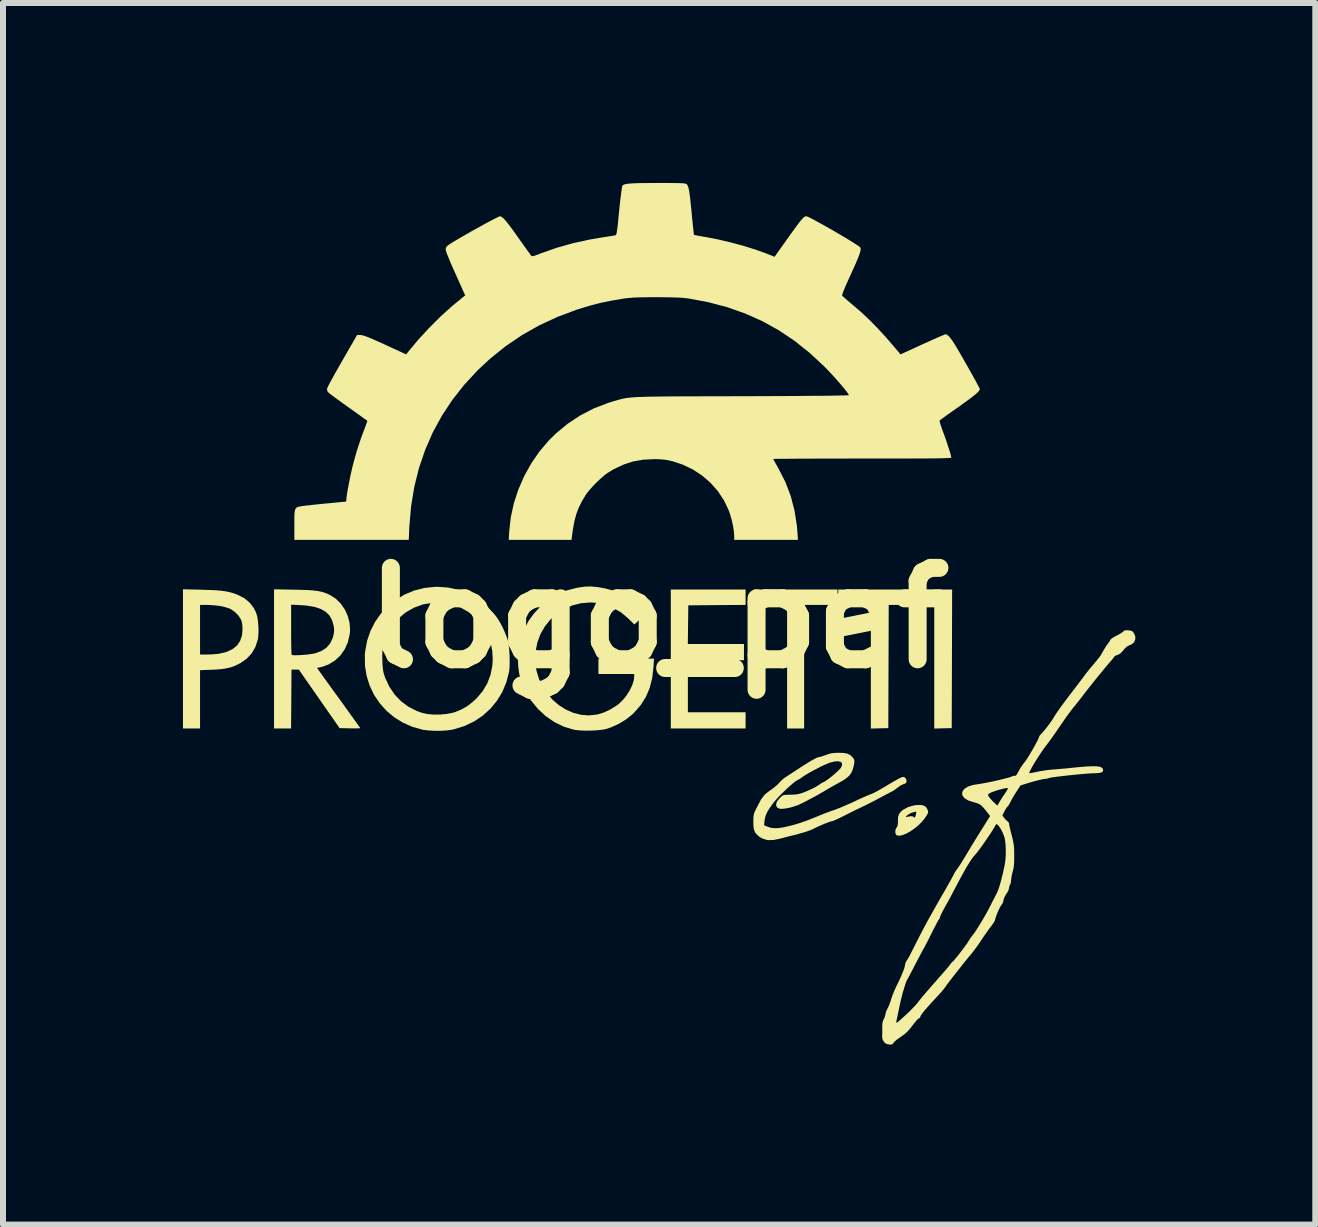
<source format=kicad_pcb>
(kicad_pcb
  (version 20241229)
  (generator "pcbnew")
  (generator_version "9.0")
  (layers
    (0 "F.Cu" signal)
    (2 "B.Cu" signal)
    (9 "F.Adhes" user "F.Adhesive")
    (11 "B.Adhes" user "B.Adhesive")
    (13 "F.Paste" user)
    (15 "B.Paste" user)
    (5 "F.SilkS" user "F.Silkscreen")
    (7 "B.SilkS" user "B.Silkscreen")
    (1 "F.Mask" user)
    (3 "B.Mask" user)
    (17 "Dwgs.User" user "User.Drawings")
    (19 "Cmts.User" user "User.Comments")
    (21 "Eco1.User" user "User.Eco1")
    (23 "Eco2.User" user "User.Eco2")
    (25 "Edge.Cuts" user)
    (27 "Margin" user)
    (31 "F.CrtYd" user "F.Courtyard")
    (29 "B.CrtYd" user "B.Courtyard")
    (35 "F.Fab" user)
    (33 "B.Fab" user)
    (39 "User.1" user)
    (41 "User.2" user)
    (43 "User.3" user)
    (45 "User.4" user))
  (footprint "logo_pef"
    (layer "F.Cu")
    (at 7.929 7.251)
    (property "Reference" "logo_pef" (at 0 0 0) (layer "F.SilkS") (effects (font (size 1.524 1.524) (thickness 0.3))))
    (attr board_only exclude_from_pos_files exclude_from_bom)
    (fp_poly (pts (xy 4.89 0.681) (xy 4.886 1.837) (xy 4.74 1.84) (xy 4.595 1.844) (xy 4.595 -0.474) (xy 4.893 -0.474)) (stroke (width 0) (type solid)) (fill yes) (layer "F.SilkS"))
    (fp_poly (pts (xy 2.982 -0.217) (xy 2.426 -0.217) (xy 2.426 1.843) (xy 2.142 1.843) (xy 2.142 -0.217) (xy 1.586 -0.217) (xy 1.586 -0.474) (xy 2.982 -0.474)) (stroke (width 0) (type solid)) (fill yes) (layer "F.SilkS"))
    (fp_poly (pts (xy 4.378 -0.217) (xy 3.836 -0.217) (xy 3.829 1.837) (xy 3.683 1.84) (xy 3.538 1.844) (xy 3.538 -0.217) (xy 2.995 -0.217) (xy 2.995 -0.474) (xy 4.378 -0.474)) (stroke (width 0) (type solid)) (fill yes) (layer "F.SilkS"))
    (fp_poly (pts (xy 1.45 -0.217) (xy 0.972 -0.214) (xy 0.495 -0.21) (xy 0.487 0.434) (xy 1.423 0.434) (xy 1.423 0.705) (xy 0.488 0.705) (xy 0.488 1.572) (xy 1.45 1.572) (xy 1.45 1.843) (xy 0.203 1.843) (xy 0.203 -0.474) (xy 1.45 -0.474)) (stroke (width 0) (type solid)) (fill yes) (layer "F.SilkS"))
    (fp_poly (pts (xy 4.394 3.121) (xy 4.436 3.135) (xy 4.465 3.163) (xy 4.482 3.195) (xy 4.491 3.219) (xy 4.493 3.239) (xy 4.487 3.261) (xy 4.469 3.292) (xy 4.439 3.336) (xy 4.389 3.398) (xy 4.33 3.457) (xy 4.264 3.511) (xy 4.196 3.558) (xy 4.129 3.595) (xy 4.067 3.62) (xy 4.014 3.631) (xy 3.974 3.625) (xy 3.96 3.616) (xy 3.947 3.586) (xy 3.946 3.545) (xy 3.959 3.506) (xy 3.968 3.493) (xy 3.982 3.468) (xy 3.989 3.429) (xy 3.989 3.384) (xy 3.992 3.317) (xy 4.122 3.317) (xy 4.129 3.32) (xy 4.154 3.314) (xy 4.205 3.305) (xy 4.24 3.309) (xy 4.254 3.321) (xy 4.263 3.33) (xy 4.276 3.317) (xy 4.287 3.286) (xy 4.291 3.269) (xy 4.296 3.239) (xy 4.289 3.229) (xy 4.265 3.233) (xy 4.261 3.234) (xy 4.199 3.255) (xy 4.15 3.285) (xy 4.133 3.302) (xy 4.122 3.317) (xy 3.992 3.317) (xy 3.993 3.317) (xy 4.009 3.267) (xy 4.042 3.226) (xy 4.077 3.197) (xy 4.163 3.151) (xy 4.26 3.124) (xy 4.332 3.117)) (stroke (width 0) (type solid)) (fill yes) (layer "F.SilkS"))
    (fp_poly (pts (xy -7.614 -0.47) (xy -7.484 -0.466) (xy -7.376 -0.461) (xy -7.286 -0.453) (xy -7.21 -0.442) (xy -7.143 -0.428) (xy -7.08 -0.409) (xy -7.018 -0.386) (xy -7.017 -0.386) (xy -6.905 -0.328) (xy -6.814 -0.252) (xy -6.745 -0.161) (xy -6.708 -0.083) (xy -6.69 -0.02) (xy -6.678 0.062) (xy -6.671 0.152) (xy -6.67 0.242) (xy -6.675 0.323) (xy -6.682 0.364) (xy -6.722 0.485) (xy -6.784 0.591) (xy -6.868 0.681) (xy -6.973 0.754) (xy -6.989 0.762) (xy -7.061 0.797) (xy -7.13 0.822) (xy -7.204 0.84) (xy -7.289 0.853) (xy -7.391 0.861) (xy -7.444 0.863) (xy -7.644 0.871) (xy -7.644 1.843) (xy -7.929 1.843) (xy -7.929 0.61) (xy -7.644 0.61) (xy -7.526 0.61) (xy -7.457 0.608) (xy -7.386 0.603) (xy -7.326 0.597) (xy -7.319 0.595) (xy -7.201 0.566) (xy -7.104 0.521) (xy -7.029 0.46) (xy -6.976 0.383) (xy -6.945 0.289) (xy -6.936 0.19) (xy -6.94 0.112) (xy -6.953 0.051) (xy -6.963 0.026) (xy -7.001 -0.035) (xy -7.056 -0.093) (xy -7.12 -0.14) (xy -7.153 -0.157) (xy -7.224 -0.18) (xy -7.313 -0.199) (xy -7.411 -0.211) (xy -7.51 -0.217) (xy -7.524 -0.217) (xy -7.644 -0.217) (xy -7.644 0.61) (xy -7.929 0.61) (xy -7.929 -0.478)) (stroke (width 0) (type solid)) (fill yes) (layer "F.SilkS"))
    (fp_poly (pts (xy -6.069 -0.471) (xy -5.943 -0.468) (xy -5.841 -0.464) (xy -5.758 -0.458) (xy -5.689 -0.45) (xy -5.631 -0.439) (xy -5.58 -0.425) (xy -5.531 -0.407) (xy -5.481 -0.384) (xy -5.479 -0.383) (xy -5.382 -0.321) (xy -5.299 -0.239) (xy -5.231 -0.141) (xy -5.181 -0.031) (xy -5.151 0.086) (xy -5.143 0.206) (xy -5.149 0.271) (xy -5.18 0.404) (xy -5.232 0.522) (xy -5.304 0.625) (xy -5.394 0.709) (xy -5.5 0.774) (xy -5.563 0.799) (xy -5.609 0.814) (xy -5.648 0.824) (xy -5.668 0.827) (xy -5.689 0.83) (xy -5.693 0.833) (xy -5.685 0.845) (xy -5.663 0.877) (xy -5.628 0.926) (xy -5.582 0.991) (xy -5.526 1.068) (xy -5.463 1.156) (xy -5.393 1.253) (xy -5.333 1.335) (xy -5.259 1.437) (xy -5.191 1.532) (xy -5.129 1.619) (xy -5.075 1.694) (xy -5.031 1.755) (xy -4.998 1.801) (xy -4.979 1.829) (xy -4.974 1.837) (xy -4.987 1.839) (xy -5.022 1.841) (xy -5.073 1.841) (xy -5.137 1.841) (xy -5.146 1.84) (xy -5.318 1.837) (xy -5.658 1.349) (xy -5.998 0.861) (xy -6.12 0.861) (xy -6.123 1.352) (xy -6.127 1.843) (xy -6.411 1.843) (xy -6.411 -0.221) (xy -6.126 -0.221) (xy -6.126 0.192) (xy -6.126 0.296) (xy -6.125 0.39) (xy -6.124 0.473) (xy -6.122 0.539) (xy -6.12 0.587) (xy -6.117 0.613) (xy -6.116 0.616) (xy -6.098 0.621) (xy -6.058 0.622) (xy -6.004 0.621) (xy -5.941 0.617) (xy -5.874 0.612) (xy -5.811 0.604) (xy -5.757 0.596) (xy -5.727 0.59) (xy -5.622 0.552) (xy -5.54 0.499) (xy -5.478 0.429) (xy -5.436 0.342) (xy -5.426 0.309) (xy -5.413 0.252) (xy -5.409 0.206) (xy -5.413 0.156) (xy -5.418 0.128) (xy -5.444 0.036) (xy -5.488 -0.042) (xy -5.551 -0.104) (xy -5.635 -0.151) (xy -5.74 -0.185) (xy -5.868 -0.206) (xy -5.96 -0.213) (xy -6.126 -0.221) (xy -6.411 -0.221) (xy -6.411 -0.477)) (stroke (width 0) (type solid)) (fill yes) (layer "F.SilkS"))
    (fp_poly (pts (xy -1.008 -0.513) (xy -0.883 -0.49) (xy -0.758 -0.455) (xy -0.642 -0.412) (xy -0.559 -0.371) (xy -0.496 -0.333) (xy -0.428 -0.285) (xy -0.361 -0.233) (xy -0.302 -0.182) (xy -0.257 -0.138) (xy -0.242 -0.12) (xy -0.206 -0.073) (xy -0.305 0.018) (xy -0.405 0.109) (xy -0.507 0.008) (xy -0.626 -0.092) (xy -0.758 -0.169) (xy -0.899 -0.223) (xy -1.047 -0.252) (xy -1.139 -0.258) (xy -1.294 -0.245) (xy -1.44 -0.208) (xy -1.575 -0.149) (xy -1.697 -0.07) (xy -1.805 0.028) (xy -1.896 0.141) (xy -1.969 0.268) (xy -2.021 0.408) (xy -2.051 0.558) (xy -2.057 0.715) (xy -2.057 0.723) (xy -2.038 0.871) (xy -1.997 1.01) (xy -1.937 1.14) (xy -1.859 1.259) (xy -1.766 1.365) (xy -1.661 1.455) (xy -1.545 1.528) (xy -1.422 1.582) (xy -1.292 1.615) (xy -1.159 1.625) (xy -1.024 1.61) (xy -1.006 1.606) (xy -0.906 1.574) (xy -0.802 1.524) (xy -0.704 1.463) (xy -0.662 1.432) (xy -0.596 1.368) (xy -0.534 1.291) (xy -0.481 1.207) (xy -0.44 1.121) (xy -0.414 1.041) (xy -0.407 0.981) (xy -0.407 0.935) (xy -1.003 0.935) (xy -1.003 0.678) (xy -0.077 0.678) (xy -0.086 0.823) (xy -0.107 1.004) (xy -0.149 1.168) (xy -0.213 1.318) (xy -0.3 1.455) (xy -0.41 1.581) (xy -0.439 1.609) (xy -0.542 1.691) (xy -0.661 1.764) (xy -0.788 1.822) (xy -0.874 1.851) (xy -0.942 1.864) (xy -1.027 1.873) (xy -1.124 1.878) (xy -1.222 1.879) (xy -1.313 1.875) (xy -1.39 1.867) (xy -1.416 1.862) (xy -1.582 1.812) (xy -1.738 1.736) (xy -1.883 1.636) (xy -2.015 1.513) (xy -2.132 1.37) (xy -2.224 1.217) (xy -2.291 1.054) (xy -2.325 0.923) (xy -2.34 0.81) (xy -2.345 0.686) (xy -2.338 0.559) (xy -2.322 0.439) (xy -2.297 0.339) (xy -2.238 0.183) (xy -2.165 0.046) (xy -2.075 -0.078) (xy -1.963 -0.197) (xy -1.962 -0.198) (xy -1.831 -0.307) (xy -1.689 -0.393) (xy -1.534 -0.458) (xy -1.364 -0.502) (xy -1.23 -0.522) (xy -1.126 -0.525)) (stroke (width 0) (type solid)) (fill yes) (layer "F.SilkS"))
    (fp_poly (pts (xy -3.505 -0.506) (xy -3.332 -0.467) (xy -3.168 -0.404) (xy -3.014 -0.317) (xy -2.874 -0.206) (xy -2.747 -0.074) (xy -2.693 -0.004) (xy -2.651 0.062) (xy -2.606 0.145) (xy -2.565 0.235) (xy -2.531 0.321) (xy -2.514 0.373) (xy -2.501 0.438) (xy -2.491 0.521) (xy -2.485 0.616) (xy -2.483 0.712) (xy -2.484 0.802) (xy -2.49 0.878) (xy -2.494 0.9) (xy -2.538 1.072) (xy -2.605 1.233) (xy -2.694 1.38) (xy -2.803 1.512) (xy -2.93 1.627) (xy -3.074 1.724) (xy -3.232 1.8) (xy -3.404 1.854) (xy -3.454 1.865) (xy -3.536 1.876) (xy -3.634 1.881) (xy -3.738 1.881) (xy -3.837 1.876) (xy -3.921 1.865) (xy -3.931 1.864) (xy -4.103 1.816) (xy -4.263 1.745) (xy -4.409 1.655) (xy -4.538 1.546) (xy -4.65 1.421) (xy -4.744 1.281) (xy -4.816 1.13) (xy -4.867 0.968) (xy -4.895 0.798) (xy -4.897 0.622) (xy -4.897 0.616) (xy -4.607 0.616) (xy -4.606 0.687) (xy -4.605 0.724) (xy -4.601 0.801) (xy -4.595 0.86) (xy -4.586 0.91) (xy -4.571 0.96) (xy -4.558 0.998) (xy -4.489 1.146) (xy -4.4 1.278) (xy -4.292 1.39) (xy -4.168 1.482) (xy -4.027 1.553) (xy -3.935 1.585) (xy -3.848 1.603) (xy -3.745 1.611) (xy -3.635 1.61) (xy -3.528 1.6) (xy -3.432 1.581) (xy -3.391 1.569) (xy -3.281 1.523) (xy -3.184 1.467) (xy -3.093 1.395) (xy -3.036 1.342) (xy -2.934 1.222) (xy -2.855 1.089) (xy -2.801 0.945) (xy -2.771 0.791) (xy -2.765 0.686) (xy -2.773 0.551) (xy -2.796 0.429) (xy -2.839 0.309) (xy -2.868 0.245) (xy -2.947 0.115) (xy -3.047 0.001) (xy -3.164 -0.095) (xy -3.296 -0.171) (xy -3.441 -0.224) (xy -3.443 -0.225) (xy -3.52 -0.24) (xy -3.615 -0.248) (xy -3.716 -0.249) (xy -3.814 -0.244) (xy -3.899 -0.232) (xy -3.929 -0.225) (xy -4.078 -0.171) (xy -4.212 -0.095) (xy -4.33 0.002) (xy -4.43 0.117) (xy -4.51 0.25) (xy -4.569 0.398) (xy -4.583 0.449) (xy -4.596 0.506) (xy -4.604 0.559) (xy -4.607 0.616) (xy -4.897 0.616) (xy -4.892 0.558) (xy -4.86 0.383) (xy -4.804 0.218) (xy -4.726 0.065) (xy -4.628 -0.074) (xy -4.512 -0.197) (xy -4.38 -0.303) (xy -4.235 -0.39) (xy -4.076 -0.456) (xy -3.908 -0.499) (xy -3.731 -0.518) (xy -3.687 -0.519)) (stroke (width 0) (type solid)) (fill yes) (layer "F.SilkS"))
    (fp_poly (pts (xy 3.089 2.251) (xy 3.152 2.264) (xy 3.199 2.289) (xy 3.237 2.327) (xy 3.247 2.341) (xy 3.26 2.365) (xy 3.264 2.389) (xy 3.261 2.424) (xy 3.254 2.459) (xy 3.237 2.525) (xy 3.214 2.579) (xy 3.182 2.625) (xy 3.135 2.668) (xy 3.071 2.711) (xy 2.986 2.759) (xy 2.927 2.791) (xy 2.869 2.824) (xy 2.821 2.851) (xy 2.806 2.861) (xy 2.74 2.9) (xy 2.663 2.944) (xy 2.58 2.99) (xy 2.498 3.033) (xy 2.424 3.072) (xy 2.362 3.102) (xy 2.332 3.116) (xy 2.266 3.14) (xy 2.194 3.161) (xy 2.124 3.175) (xy 2.063 3.182) (xy 2.019 3.181) (xy 2.015 3.18) (xy 1.976 3.16) (xy 1.959 3.128) (xy 1.963 3.086) (xy 1.99 3.037) (xy 2.028 2.994) (xy 2.051 2.972) (xy 2.072 2.959) (xy 2.097 2.951) (xy 2.134 2.948) (xy 2.19 2.947) (xy 2.2 2.947) (xy 2.271 2.944) (xy 2.327 2.937) (xy 2.379 2.923) (xy 2.416 2.91) (xy 2.502 2.874) (xy 2.58 2.837) (xy 2.644 2.802) (xy 2.684 2.775) (xy 2.722 2.75) (xy 2.759 2.732) (xy 2.791 2.713) (xy 2.836 2.681) (xy 2.888 2.64) (xy 2.941 2.595) (xy 2.988 2.552) (xy 3.024 2.516) (xy 3.039 2.497) (xy 3.059 2.452) (xy 3.056 2.419) (xy 3.033 2.398) (xy 2.991 2.389) (xy 2.933 2.393) (xy 2.861 2.411) (xy 2.82 2.426) (xy 2.771 2.447) (xy 2.709 2.476) (xy 2.641 2.511) (xy 2.572 2.547) (xy 2.507 2.583) (xy 2.452 2.615) (xy 2.413 2.64) (xy 2.399 2.65) (xy 2.364 2.676) (xy 2.321 2.701) (xy 2.312 2.705) (xy 2.279 2.726) (xy 2.234 2.762) (xy 2.178 2.81) (xy 2.118 2.866) (xy 2.057 2.925) (xy 2 2.983) (xy 1.951 3.037) (xy 1.919 3.075) (xy 1.859 3.157) (xy 1.816 3.225) (xy 1.788 3.285) (xy 1.772 3.341) (xy 1.767 3.374) (xy 1.758 3.456) (xy 1.809 3.477) (xy 1.867 3.497) (xy 1.927 3.505) (xy 1.996 3.503) (xy 2.079 3.491) (xy 2.138 3.478) (xy 2.245 3.452) (xy 2.35 3.42) (xy 2.461 3.382) (xy 2.583 3.334) (xy 2.657 3.304) (xy 2.729 3.274) (xy 2.808 3.244) (xy 2.88 3.217) (xy 2.914 3.206) (xy 2.969 3.186) (xy 3.04 3.158) (xy 3.119 3.124) (xy 3.199 3.089) (xy 3.226 3.077) (xy 3.315 3.035) (xy 3.385 3.003) (xy 3.44 2.979) (xy 3.485 2.959) (xy 3.525 2.943) (xy 3.565 2.927) (xy 3.565 2.927) (xy 3.594 2.913) (xy 3.641 2.889) (xy 3.698 2.857) (xy 3.76 2.82) (xy 3.768 2.816) (xy 3.858 2.762) (xy 3.928 2.721) (xy 3.981 2.691) (xy 4.019 2.671) (xy 4.047 2.658) (xy 4.067 2.652) (xy 4.081 2.651) (xy 4.094 2.653) (xy 4.118 2.671) (xy 4.132 2.704) (xy 4.131 2.739) (xy 4.13 2.743) (xy 4.112 2.76) (xy 4.082 2.771) (xy 4.048 2.785) (xy 4.007 2.811) (xy 3.99 2.824) (xy 3.95 2.855) (xy 3.91 2.882) (xy 3.897 2.889) (xy 3.871 2.902) (xy 3.827 2.926) (xy 3.768 2.956) (xy 3.701 2.992) (xy 3.653 3.018) (xy 3.58 3.056) (xy 3.511 3.091) (xy 3.452 3.121) (xy 3.407 3.143) (xy 3.388 3.152) (xy 3.356 3.167) (xy 3.304 3.192) (xy 3.24 3.223) (xy 3.169 3.259) (xy 3.121 3.283) (xy 3.052 3.318) (xy 2.989 3.348) (xy 2.938 3.371) (xy 2.903 3.385) (xy 2.89 3.388) (xy 2.865 3.394) (xy 2.822 3.409) (xy 2.766 3.431) (xy 2.702 3.458) (xy 2.637 3.487) (xy 2.577 3.517) (xy 2.574 3.518) (xy 2.536 3.535) (xy 2.489 3.553) (xy 2.429 3.573) (xy 2.353 3.594) (xy 2.257 3.62) (xy 2.175 3.64) (xy 2.117 3.655) (xy 2.057 3.671) (xy 2.026 3.679) (xy 1.919 3.701) (xy 1.828 3.704) (xy 1.802 3.7) (xy 1.732 3.678) (xy 1.669 3.64) (xy 1.621 3.593) (xy 1.607 3.571) (xy 1.592 3.537) (xy 1.584 3.497) (xy 1.58 3.444) (xy 1.579 3.395) (xy 1.58 3.34) (xy 1.583 3.299) (xy 1.59 3.263) (xy 1.605 3.225) (xy 1.629 3.175) (xy 1.645 3.145) (xy 1.673 3.091) (xy 1.696 3.047) (xy 1.713 3.018) (xy 1.72 3.009) (xy 1.733 2.994) (xy 1.751 2.967) (xy 1.772 2.944) (xy 1.809 2.912) (xy 1.856 2.877) (xy 1.871 2.867) (xy 1.922 2.829) (xy 1.969 2.79) (xy 2.004 2.756) (xy 2.009 2.749) (xy 2.046 2.71) (xy 2.088 2.674) (xy 2.099 2.666) (xy 2.229 2.581) (xy 2.339 2.509) (xy 2.429 2.451) (xy 2.503 2.405) (xy 2.562 2.37) (xy 2.608 2.345) (xy 2.643 2.329) (xy 2.668 2.32) (xy 2.684 2.318) (xy 2.707 2.313) (xy 2.746 2.3) (xy 2.793 2.283) (xy 2.846 2.264) (xy 2.896 2.254) (xy 2.956 2.249) (xy 3.005 2.248)) (stroke (width 0) (type solid)) (fill yes) (layer "F.SilkS"))
    (fp_poly (pts (xy 0.119 -7.251) (xy 0.226 -7.25) (xy 0.311 -7.249) (xy 0.374 -7.247) (xy 0.419 -7.244) (xy 0.448 -7.24) (xy 0.462 -7.235) (xy 0.463 -7.234) (xy 0.476 -7.221) (xy 0.487 -7.202) (xy 0.497 -7.173) (xy 0.506 -7.132) (xy 0.515 -7.076) (xy 0.525 -7.002) (xy 0.535 -6.907) (xy 0.547 -6.789) (xy 0.55 -6.759) (xy 0.559 -6.662) (xy 0.568 -6.575) (xy 0.576 -6.5) (xy 0.582 -6.441) (xy 0.587 -6.402) (xy 0.59 -6.386) (xy 0.59 -6.386) (xy 0.604 -6.382) (xy 0.64 -6.375) (xy 0.693 -6.365) (xy 0.759 -6.354) (xy 0.788 -6.349) (xy 0.989 -6.31) (xy 1.198 -6.261) (xy 1.407 -6.205) (xy 1.609 -6.142) (xy 1.795 -6.076) (xy 1.864 -6.048) (xy 1.933 -6.02) (xy 2.142 -6.314) (xy 2.215 -6.416) (xy 2.275 -6.498) (xy 2.322 -6.563) (xy 2.36 -6.612) (xy 2.389 -6.647) (xy 2.411 -6.671) (xy 2.429 -6.685) (xy 2.444 -6.693) (xy 2.457 -6.695) (xy 2.463 -6.696) (xy 2.484 -6.689) (xy 2.524 -6.67) (xy 2.581 -6.641) (xy 2.651 -6.603) (xy 2.731 -6.559) (xy 2.818 -6.51) (xy 2.908 -6.459) (xy 2.998 -6.406) (xy 3.085 -6.355) (xy 3.166 -6.306) (xy 3.237 -6.262) (xy 3.295 -6.225) (xy 3.338 -6.196) (xy 3.361 -6.178) (xy 3.364 -6.174) (xy 3.368 -6.156) (xy 3.367 -6.131) (xy 3.359 -6.096) (xy 3.343 -6.049) (xy 3.319 -5.987) (xy 3.286 -5.909) (xy 3.242 -5.811) (xy 3.188 -5.692) (xy 3.185 -5.686) (xy 3.142 -5.59) (xy 3.106 -5.508) (xy 3.08 -5.444) (xy 3.064 -5.399) (xy 3.058 -5.375) (xy 3.059 -5.372) (xy 3.073 -5.359) (xy 3.104 -5.331) (xy 3.148 -5.293) (xy 3.201 -5.248) (xy 3.233 -5.221) (xy 3.371 -5.103) (xy 3.504 -4.978) (xy 3.637 -4.844) (xy 3.774 -4.696) (xy 3.918 -4.53) (xy 3.992 -4.442) (xy 4.032 -4.393) (xy 4.398 -4.561) (xy 4.492 -4.603) (xy 4.577 -4.642) (xy 4.653 -4.675) (xy 4.714 -4.702) (xy 4.759 -4.72) (xy 4.783 -4.729) (xy 4.785 -4.73) (xy 4.813 -4.718) (xy 4.849 -4.684) (xy 4.891 -4.63) (xy 4.923 -4.581) (xy 4.952 -4.535) (xy 4.988 -4.474) (xy 5.03 -4.402) (xy 5.076 -4.322) (xy 5.124 -4.238) (xy 5.172 -4.153) (xy 5.218 -4.071) (xy 5.261 -3.995) (xy 5.297 -3.928) (xy 5.326 -3.874) (xy 5.346 -3.836) (xy 5.354 -3.818) (xy 5.354 -3.818) (xy 5.35 -3.801) (xy 5.339 -3.782) (xy 5.316 -3.758) (xy 5.282 -3.727) (xy 5.233 -3.688) (xy 5.167 -3.638) (xy 5.083 -3.577) (xy 4.999 -3.517) (xy 4.919 -3.461) (xy 4.846 -3.409) (xy 4.783 -3.364) (xy 4.733 -3.328) (xy 4.7 -3.304) (xy 4.685 -3.293) (xy 4.685 -3.293) (xy 4.685 -3.277) (xy 4.694 -3.241) (xy 4.71 -3.191) (xy 4.732 -3.13) (xy 4.734 -3.122) (xy 4.762 -3.048) (xy 4.79 -2.969) (xy 4.816 -2.89) (xy 4.84 -2.817) (xy 4.86 -2.754) (xy 4.873 -2.705) (xy 4.879 -2.677) (xy 4.879 -2.674) (xy 4.875 -2.671) (xy 4.861 -2.669) (xy 4.836 -2.666) (xy 4.799 -2.665) (xy 4.748 -2.663) (xy 4.683 -2.661) (xy 4.601 -2.66) (xy 4.502 -2.659) (xy 4.384 -2.658) (xy 4.246 -2.658) (xy 4.086 -2.657) (xy 3.903 -2.657) (xy 3.697 -2.657) (xy 3.465 -2.657) (xy 3.395 -2.657) (xy 3.197 -2.657) (xy 3.007 -2.656) (xy 2.826 -2.656) (xy 2.656 -2.656) (xy 2.5 -2.655) (xy 2.358 -2.655) (xy 2.232 -2.654) (xy 2.125 -2.653) (xy 2.037 -2.653) (xy 1.971 -2.652) (xy 1.929 -2.651) (xy 1.911 -2.65) (xy 1.911 -2.65) (xy 1.917 -2.637) (xy 1.935 -2.604) (xy 1.961 -2.557) (xy 1.993 -2.501) (xy 1.998 -2.491) (xy 2.114 -2.264) (xy 2.203 -2.03) (xy 2.266 -1.788) (xy 2.305 -1.537) (xy 2.313 -1.44) (xy 2.322 -1.301) (xy 1.261 -1.301) (xy 1.26 -1.372) (xy 1.255 -1.445) (xy 1.241 -1.533) (xy 1.22 -1.629) (xy 1.193 -1.722) (xy 1.169 -1.793) (xy 1.089 -1.961) (xy 0.987 -2.115) (xy 0.865 -2.253) (xy 0.725 -2.374) (xy 0.569 -2.476) (xy 0.399 -2.557) (xy 0.234 -2.611) (xy 0.166 -2.627) (xy 0.103 -2.638) (xy 0.036 -2.644) (xy -0.046 -2.647) (xy -0.075 -2.647) (xy -0.258 -2.638) (xy -0.429 -2.608) (xy -0.592 -2.554) (xy -0.752 -2.477) (xy -0.853 -2.416) (xy -0.908 -2.375) (xy -0.973 -2.318) (xy -1.041 -2.253) (xy -1.107 -2.184) (xy -1.164 -2.119) (xy -1.207 -2.063) (xy -1.209 -2.06) (xy -1.276 -1.949) (xy -1.33 -1.842) (xy -1.372 -1.731) (xy -1.404 -1.612) (xy -1.429 -1.476) (xy -1.444 -1.366) (xy -1.452 -1.301) (xy -2.498 -1.301) (xy -2.49 -1.447) (xy -2.464 -1.679) (xy -2.413 -1.912) (xy -2.338 -2.141) (xy -2.241 -2.363) (xy -2.123 -2.576) (xy -1.986 -2.775) (xy -1.831 -2.958) (xy -1.713 -3.074) (xy -1.516 -3.237) (xy -1.305 -3.376) (xy -1.081 -3.492) (xy -0.843 -3.584) (xy -0.752 -3.612) (xy -0.714 -3.623) (xy -0.679 -3.633) (xy -0.647 -3.642) (xy -0.616 -3.65) (xy -0.584 -3.657) (xy -0.55 -3.664) (xy -0.512 -3.669) (xy -0.468 -3.674) (xy -0.418 -3.678) (xy -0.36 -3.682) (xy -0.292 -3.684) (xy -0.213 -3.687) (xy -0.12 -3.689) (xy -0.014 -3.69) (xy 0.109 -3.692) (xy 0.248 -3.693) (xy 0.407 -3.694) (xy 0.586 -3.694) (xy 0.787 -3.695) (xy 1.011 -3.695) (xy 1.26 -3.696) (xy 1.379 -3.696) (xy 1.637 -3.697) (xy 1.879 -3.698) (xy 2.103 -3.699) (xy 2.308 -3.7) (xy 2.493 -3.702) (xy 2.658 -3.703) (xy 2.802 -3.704) (xy 2.924 -3.706) (xy 3.022 -3.708) (xy 3.097 -3.709) (xy 3.146 -3.711) (xy 3.17 -3.713) (xy 3.172 -3.714) (xy 3.163 -3.733) (xy 3.138 -3.769) (xy 3.099 -3.818) (xy 3.05 -3.877) (xy 2.993 -3.943) (xy 2.931 -4.013) (xy 2.866 -4.083) (xy 2.802 -4.151) (xy 2.758 -4.195) (xy 2.517 -4.419) (xy 2.267 -4.619) (xy 2.005 -4.794) (xy 1.732 -4.946) (xy 1.445 -5.074) (xy 1.145 -5.18) (xy 0.83 -5.263) (xy 0.499 -5.325) (xy 0.468 -5.329) (xy 0.406 -5.336) (xy 0.319 -5.341) (xy 0.208 -5.344) (xy 0.077 -5.346) (xy -0.047 -5.347) (xy -0.17 -5.346) (xy -0.271 -5.345) (xy -0.354 -5.343) (xy -0.423 -5.34) (xy -0.485 -5.335) (xy -0.542 -5.329) (xy -0.601 -5.321) (xy -0.624 -5.317) (xy -0.816 -5.284) (xy -0.992 -5.246) (xy -1.163 -5.201) (xy -1.34 -5.147) (xy -1.369 -5.137) (xy -1.688 -5.018) (xy -1.991 -4.877) (xy -2.277 -4.715) (xy -2.549 -4.531) (xy -2.806 -4.324) (xy -3.017 -4.128) (xy -3.24 -3.887) (xy -3.44 -3.633) (xy -3.615 -3.367) (xy -3.766 -3.09) (xy -3.892 -2.8) (xy -3.995 -2.498) (xy -4.073 -2.185) (xy -4.126 -1.86) (xy -4.155 -1.524) (xy -4.156 -1.506) (xy -4.165 -1.301) (xy -6.072 -1.301) (xy -6.072 -1.558) (xy -6.072 -1.654) (xy -6.071 -1.725) (xy -6.066 -1.777) (xy -6.057 -1.813) (xy -6.04 -1.836) (xy -6.014 -1.85) (xy -5.976 -1.859) (xy -5.926 -1.867) (xy -5.903 -1.87) (xy -5.867 -1.874) (xy -5.811 -1.88) (xy -5.741 -1.888) (xy -5.661 -1.896) (xy -5.575 -1.905) (xy -5.489 -1.913) (xy -5.407 -1.921) (xy -5.334 -1.928) (xy -5.274 -1.934) (xy -5.232 -1.937) (xy -5.215 -1.938) (xy -5.208 -1.95) (xy -5.205 -1.978) (xy -5.202 -2.013) (xy -5.194 -2.069) (xy -5.182 -2.141) (xy -5.166 -2.224) (xy -5.149 -2.313) (xy -5.13 -2.402) (xy -5.111 -2.487) (xy -5.095 -2.554) (xy -5.034 -2.775) (xy -4.963 -2.99) (xy -4.911 -3.13) (xy -4.889 -3.189) (xy -4.871 -3.238) (xy -4.859 -3.272) (xy -4.855 -3.287) (xy -4.855 -3.287) (xy -4.867 -3.295) (xy -4.898 -3.317) (xy -4.945 -3.351) (xy -5.006 -3.394) (xy -5.078 -3.446) (xy -5.158 -3.503) (xy -5.178 -3.517) (xy -5.26 -3.576) (xy -5.336 -3.631) (xy -5.402 -3.679) (xy -5.455 -3.719) (xy -5.493 -3.748) (xy -5.513 -3.765) (xy -5.514 -3.766) (xy -5.526 -3.796) (xy -5.527 -3.823) (xy -5.519 -3.843) (xy -5.499 -3.883) (xy -5.469 -3.94) (xy -5.429 -4.013) (xy -5.382 -4.097) (xy -5.329 -4.19) (xy -5.274 -4.287) (xy -5.026 -4.717) (xy -4.979 -4.717) (xy -4.954 -4.715) (xy -4.924 -4.708) (xy -4.883 -4.695) (xy -4.831 -4.675) (xy -4.765 -4.647) (xy -4.681 -4.61) (xy -4.578 -4.564) (xy -4.473 -4.515) (xy -4.208 -4.393) (xy -4.175 -4.436) (xy -4.01 -4.634) (xy -3.828 -4.832) (xy -3.636 -5.024) (xy -3.439 -5.201) (xy -3.269 -5.341) (xy -3.224 -5.376) (xy -3.382 -5.728) (xy -3.424 -5.821) (xy -3.462 -5.908) (xy -3.494 -5.986) (xy -3.521 -6.051) (xy -3.539 -6.099) (xy -3.547 -6.126) (xy -3.547 -6.128) (xy -3.549 -6.162) (xy -3.538 -6.186) (xy -3.51 -6.212) (xy -3.508 -6.213) (xy -3.481 -6.232) (xy -3.436 -6.261) (xy -3.375 -6.297) (xy -3.302 -6.34) (xy -3.22 -6.387) (xy -3.133 -6.437) (xy -3.044 -6.487) (xy -2.956 -6.535) (xy -2.874 -6.581) (xy -2.799 -6.621) (xy -2.735 -6.654) (xy -2.686 -6.679) (xy -2.655 -6.693) (xy -2.647 -6.695) (xy -2.629 -6.692) (xy -2.607 -6.679) (xy -2.58 -6.655) (xy -2.546 -6.618) (xy -2.504 -6.565) (xy -2.452 -6.496) (xy -2.388 -6.407) (xy -2.336 -6.334) (xy -2.282 -6.258) (xy -2.233 -6.189) (xy -2.19 -6.129) (xy -2.156 -6.083) (xy -2.135 -6.053) (xy -2.128 -6.044) (xy -2.118 -6.035) (xy -2.105 -6.03) (xy -2.085 -6.033) (xy -2.052 -6.043) (xy -2.002 -6.062) (xy -1.959 -6.079) (xy -1.703 -6.169) (xy -1.428 -6.247) (xy -1.136 -6.31) (xy -0.942 -6.343) (xy -0.871 -6.354) (xy -0.808 -6.364) (xy -0.759 -6.372) (xy -0.729 -6.377) (xy -0.725 -6.378) (xy -0.717 -6.381) (xy -0.71 -6.388) (xy -0.704 -6.402) (xy -0.698 -6.427) (xy -0.692 -6.465) (xy -0.685 -6.518) (xy -0.677 -6.59) (xy -0.668 -6.684) (xy -0.658 -6.784) (xy -0.648 -6.886) (xy -0.637 -6.98) (xy -0.627 -7.062) (xy -0.618 -7.129) (xy -0.611 -7.177) (xy -0.605 -7.203) (xy -0.603 -7.206) (xy -0.591 -7.217) (xy -0.572 -7.226) (xy -0.542 -7.234) (xy -0.5 -7.239) (xy -0.443 -7.244) (xy -0.369 -7.247) (xy -0.274 -7.249) (xy -0.158 -7.25) (xy -0.017 -7.251) (xy -0.013 -7.251)) (stroke (width 0) (type solid)) (fill yes) (layer "F.SilkS"))
    (fp_poly (pts (xy 7.828 0.206) (xy 7.871 0.211) (xy 7.898 0.223) (xy 7.92 0.249) (xy 7.926 0.257) (xy 7.947 0.31) (xy 7.945 0.363) (xy 7.922 0.41) (xy 7.879 0.444) (xy 7.855 0.453) (xy 7.813 0.472) (xy 7.775 0.505) (xy 7.75 0.535) (xy 7.707 0.584) (xy 7.666 0.611) (xy 7.65 0.616) (xy 7.615 0.63) (xy 7.593 0.647) (xy 7.592 0.651) (xy 7.577 0.673) (xy 7.552 0.704) (xy 7.545 0.712) (xy 7.519 0.741) (xy 7.479 0.787) (xy 7.429 0.847) (xy 7.373 0.916) (xy 7.312 0.99) (xy 7.252 1.065) (xy 7.194 1.138) (xy 7.142 1.203) (xy 7.1 1.257) (xy 7.077 1.288) (xy 7.03 1.349) (xy 6.977 1.416) (xy 6.928 1.477) (xy 6.922 1.484) (xy 6.888 1.527) (xy 6.843 1.587) (xy 6.792 1.657) (xy 6.739 1.733) (xy 6.696 1.796) (xy 6.645 1.87) (xy 6.594 1.944) (xy 6.547 2.01) (xy 6.508 2.064) (xy 6.484 2.096) (xy 6.442 2.151) (xy 6.397 2.214) (xy 6.351 2.282) (xy 6.306 2.352) (xy 6.265 2.418) (xy 6.229 2.478) (xy 6.202 2.529) (xy 6.184 2.565) (xy 6.179 2.585) (xy 6.181 2.587) (xy 6.199 2.586) (xy 6.237 2.58) (xy 6.288 2.57) (xy 6.313 2.564) (xy 6.385 2.55) (xy 6.468 2.538) (xy 6.547 2.529) (xy 6.56 2.528) (xy 6.627 2.523) (xy 6.709 2.516) (xy 6.796 2.508) (xy 6.865 2.501) (xy 7.002 2.487) (xy 7.115 2.478) (xy 7.205 2.473) (xy 7.276 2.472) (xy 7.329 2.476) (xy 7.367 2.485) (xy 7.392 2.499) (xy 7.406 2.518) (xy 7.408 2.524) (xy 7.409 2.553) (xy 7.389 2.572) (xy 7.347 2.584) (xy 7.28 2.589) (xy 7.262 2.589) (xy 7.221 2.59) (xy 7.162 2.594) (xy 7.088 2.6) (xy 7.005 2.607) (xy 6.916 2.616) (xy 6.827 2.625) (xy 6.741 2.635) (xy 6.663 2.644) (xy 6.597 2.653) (xy 6.547 2.66) (xy 6.518 2.666) (xy 6.513 2.667) (xy 6.488 2.676) (xy 6.472 2.679) (xy 6.418 2.686) (xy 6.347 2.701) (xy 6.264 2.722) (xy 6.178 2.747) (xy 6.157 2.753) (xy 6.032 2.793) (xy 5.968 2.891) (xy 5.932 2.948) (xy 5.896 3.009) (xy 5.868 3.062) (xy 5.865 3.067) (xy 5.844 3.107) (xy 5.826 3.135) (xy 5.816 3.145) (xy 5.805 3.156) (xy 5.786 3.185) (xy 5.768 3.218) (xy 5.731 3.292) (xy 5.76 3.334) (xy 5.787 3.365) (xy 5.813 3.388) (xy 5.816 3.389) (xy 5.837 3.411) (xy 5.842 3.428) (xy 5.845 3.45) (xy 5.854 3.493) (xy 5.867 3.549) (xy 5.884 3.615) (xy 5.885 3.621) (xy 5.904 3.695) (xy 5.916 3.755) (xy 5.924 3.811) (xy 5.927 3.871) (xy 5.928 3.946) (xy 5.928 3.971) (xy 5.927 4.06) (xy 5.923 4.128) (xy 5.915 4.181) (xy 5.904 4.225) (xy 5.903 4.229) (xy 5.888 4.284) (xy 5.879 4.342) (xy 5.876 4.368) (xy 5.872 4.409) (xy 5.863 4.441) (xy 5.858 4.448) (xy 5.846 4.474) (xy 5.842 4.501) (xy 5.833 4.538) (xy 5.817 4.569) (xy 5.783 4.62) (xy 5.758 4.671) (xy 5.747 4.714) (xy 5.747 4.719) (xy 5.738 4.75) (xy 5.719 4.779) (xy 5.7 4.806) (xy 5.677 4.85) (xy 5.653 4.902) (xy 5.632 4.955) (xy 5.617 5) (xy 5.611 5.028) (xy 5.603 5.049) (xy 5.582 5.085) (xy 5.552 5.127) (xy 5.544 5.138) (xy 5.509 5.184) (xy 5.466 5.245) (xy 5.419 5.312) (xy 5.373 5.379) (xy 5.373 5.381) (xy 5.329 5.445) (xy 5.284 5.508) (xy 5.243 5.563) (xy 5.212 5.602) (xy 5.21 5.604) (xy 5.177 5.642) (xy 5.134 5.695) (xy 5.083 5.758) (xy 5.028 5.828) (xy 4.971 5.9) (xy 4.916 5.97) (xy 4.865 6.036) (xy 4.823 6.091) (xy 4.792 6.133) (xy 4.778 6.154) (xy 4.755 6.184) (xy 4.72 6.227) (xy 4.676 6.276) (xy 4.645 6.31) (xy 4.559 6.402) (xy 4.488 6.481) (xy 4.431 6.547) (xy 4.391 6.597) (xy 4.369 6.631) (xy 4.364 6.645) (xy 4.356 6.665) (xy 4.346 6.669) (xy 4.33 6.679) (xy 4.303 6.706) (xy 4.27 6.745) (xy 4.258 6.76) (xy 4.21 6.823) (xy 4.172 6.869) (xy 4.14 6.903) (xy 4.107 6.933) (xy 4.068 6.961) (xy 4.024 6.992) (xy 3.977 7.025) (xy 3.94 7.056) (xy 3.917 7.08) (xy 3.913 7.087) (xy 3.896 7.107) (xy 3.86 7.113) (xy 3.813 7.106) (xy 3.799 7.101) (xy 3.763 7.076) (xy 3.737 7.035) (xy 3.726 6.991) (xy 3.726 6.987) (xy 3.728 6.952) (xy 3.729 6.913) (xy 3.728 6.861) (xy 3.728 6.813) (xy 3.731 6.75) (xy 3.733 6.743) (xy 3.963 6.743) (xy 3.968 6.75) (xy 3.981 6.741) (xy 4.01 6.717) (xy 4.051 6.681) (xy 4.101 6.636) (xy 4.127 6.612) (xy 4.185 6.557) (xy 4.241 6.5) (xy 4.289 6.448) (xy 4.324 6.407) (xy 4.33 6.399) (xy 4.355 6.366) (xy 4.395 6.318) (xy 4.446 6.257) (xy 4.505 6.189) (xy 4.568 6.116) (xy 4.602 6.078) (xy 4.665 6.007) (xy 4.723 5.94) (xy 4.775 5.881) (xy 4.816 5.833) (xy 4.843 5.799) (xy 4.852 5.788) (xy 4.876 5.755) (xy 4.897 5.733) (xy 4.902 5.73) (xy 4.919 5.714) (xy 4.947 5.68) (xy 4.985 5.635) (xy 5.026 5.582) (xy 5.069 5.526) (xy 5.109 5.472) (xy 5.142 5.426) (xy 5.164 5.391) (xy 5.17 5.381) (xy 5.197 5.338) (xy 5.229 5.296) (xy 5.232 5.293) (xy 5.258 5.26) (xy 5.293 5.207) (xy 5.336 5.14) (xy 5.383 5.063) (xy 5.431 4.981) (xy 5.478 4.898) (xy 5.52 4.818) (xy 5.537 4.785) (xy 5.569 4.721) (xy 5.601 4.66) (xy 5.627 4.608) (xy 5.642 4.58) (xy 5.662 4.531) (xy 5.686 4.459) (xy 5.712 4.365) (xy 5.74 4.253) (xy 5.766 4.134) (xy 5.779 4.055) (xy 5.786 3.965) (xy 5.787 3.87) (xy 5.784 3.78) (xy 5.775 3.703) (xy 5.766 3.659) (xy 5.74 3.589) (xy 5.708 3.524) (xy 5.673 3.471) (xy 5.654 3.451) (xy 5.635 3.437) (xy 5.623 3.442) (xy 5.61 3.466) (xy 5.585 3.509) (xy 5.549 3.568) (xy 5.503 3.637) (xy 5.453 3.711) (xy 5.402 3.784) (xy 5.354 3.85) (xy 5.312 3.905) (xy 5.282 3.942) (xy 5.252 3.975) (xy 5.222 4.015) (xy 5.19 4.063) (xy 5.153 4.121) (xy 5.111 4.193) (xy 5.063 4.28) (xy 5.005 4.386) (xy 4.938 4.513) (xy 4.913 4.561) (xy 4.874 4.635) (xy 4.829 4.719) (xy 4.784 4.799) (xy 4.766 4.832) (xy 4.736 4.888) (xy 4.711 4.937) (xy 4.695 4.973) (xy 4.69 4.99) (xy 4.682 5.015) (xy 4.676 5.022) (xy 4.665 5.036) (xy 4.645 5.071) (xy 4.618 5.123) (xy 4.585 5.186) (xy 4.548 5.259) (xy 4.547 5.262) (xy 4.511 5.335) (xy 4.478 5.4) (xy 4.45 5.453) (xy 4.431 5.491) (xy 4.421 5.508) (xy 4.421 5.508) (xy 4.411 5.524) (xy 4.391 5.561) (xy 4.363 5.614) (xy 4.329 5.679) (xy 4.29 5.753) (xy 4.283 5.767) (xy 4.244 5.842) (xy 4.209 5.909) (xy 4.18 5.964) (xy 4.159 6.004) (xy 4.147 6.024) (xy 4.147 6.025) (xy 4.133 6.052) (xy 4.115 6.1) (xy 4.094 6.166) (xy 4.071 6.243) (xy 4.049 6.328) (xy 4.028 6.415) (xy 4.013 6.486) (xy 3.998 6.559) (xy 3.984 6.624) (xy 3.973 6.677) (xy 3.966 6.711) (xy 3.964 6.719) (xy 3.963 6.743) (xy 3.733 6.743) (xy 3.746 6.702) (xy 3.754 6.687) (xy 3.772 6.647) (xy 3.781 6.61) (xy 3.782 6.605) (xy 3.788 6.572) (xy 3.806 6.53) (xy 3.817 6.51) (xy 3.838 6.465) (xy 3.861 6.407) (xy 3.878 6.352) (xy 3.898 6.292) (xy 3.926 6.222) (xy 3.956 6.156) (xy 3.96 6.147) (xy 4.006 6.053) (xy 4.045 5.967) (xy 4.076 5.893) (xy 4.097 5.834) (xy 4.106 5.794) (xy 4.107 5.788) (xy 4.115 5.75) (xy 4.133 5.717) (xy 4.15 5.691) (xy 4.175 5.648) (xy 4.204 5.592) (xy 4.233 5.535) (xy 4.299 5.405) (xy 4.361 5.283) (xy 4.424 5.163) (xy 4.489 5.042) (xy 4.56 4.915) (xy 4.639 4.775) (xy 4.728 4.619) (xy 4.757 4.569) (xy 4.802 4.491) (xy 4.842 4.419) (xy 4.877 4.358) (xy 4.903 4.31) (xy 4.918 4.28) (xy 4.921 4.274) (xy 4.937 4.243) (xy 4.963 4.204) (xy 4.973 4.191) (xy 4.994 4.161) (xy 5.026 4.114) (xy 5.063 4.054) (xy 5.103 3.989) (xy 5.119 3.963) (xy 5.161 3.893) (xy 5.194 3.838) (xy 5.221 3.792) (xy 5.247 3.75) (xy 5.273 3.708) (xy 5.303 3.659) (xy 5.34 3.599) (xy 5.388 3.523) (xy 5.4 3.504) (xy 5.526 3.302) (xy 5.458 3.215) (xy 5.415 3.163) (xy 5.38 3.127) (xy 5.345 3.103) (xy 5.302 3.086) (xy 5.243 3.069) (xy 5.24 3.069) (xy 5.158 3.041) (xy 5.101 3.005) (xy 5.068 2.966) (xy 5.064 2.947) (xy 5.491 2.947) (xy 5.499 2.971) (xy 5.526 3.008) (xy 5.565 3.051) (xy 5.602 3.087) (xy 5.63 3.113) (xy 5.646 3.126) (xy 5.648 3.126) (xy 5.656 3.113) (xy 5.673 3.084) (xy 5.682 3.068) (xy 5.706 3.028) (xy 5.738 2.978) (xy 5.772 2.929) (xy 5.799 2.888) (xy 5.818 2.856) (xy 5.824 2.839) (xy 5.824 2.838) (xy 5.806 2.836) (xy 5.768 2.841) (xy 5.716 2.853) (xy 5.655 2.87) (xy 5.591 2.891) (xy 5.532 2.914) (xy 5.499 2.935) (xy 5.491 2.947) (xy 5.064 2.947) (xy 5.058 2.924) (xy 5.071 2.882) (xy 5.105 2.843) (xy 5.161 2.81) (xy 5.237 2.785) (xy 5.32 2.772) (xy 5.366 2.765) (xy 5.428 2.754) (xy 5.5 2.74) (xy 5.578 2.724) (xy 5.658 2.706) (xy 5.732 2.688) (xy 5.798 2.671) (xy 5.85 2.657) (xy 5.883 2.646) (xy 5.891 2.641) (xy 5.919 2.632) (xy 5.935 2.633) (xy 5.951 2.631) (xy 5.968 2.614) (xy 5.99 2.577) (xy 6.001 2.557) (xy 6.032 2.501) (xy 6.069 2.446) (xy 6.095 2.413) (xy 6.118 2.383) (xy 6.148 2.338) (xy 6.183 2.281) (xy 6.22 2.219) (xy 6.257 2.155) (xy 6.29 2.094) (xy 6.318 2.042) (xy 6.336 2.003) (xy 6.343 1.982) (xy 6.343 1.982) (xy 6.352 1.961) (xy 6.369 1.942) (xy 6.408 1.9) (xy 6.455 1.844) (xy 6.504 1.781) (xy 6.548 1.719) (xy 6.58 1.671) (xy 6.611 1.619) (xy 6.649 1.562) (xy 6.695 1.497) (xy 6.752 1.419) (xy 6.821 1.327) (xy 6.899 1.225) (xy 6.95 1.159) (xy 6.998 1.095) (xy 7.041 1.039) (xy 7.073 0.996) (xy 7.086 0.978) (xy 7.118 0.935) (xy 7.159 0.883) (xy 7.2 0.833) (xy 7.201 0.831) (xy 7.26 0.762) (xy 7.303 0.71) (xy 7.334 0.671) (xy 7.356 0.643) (xy 7.372 0.62) (xy 7.383 0.6) (xy 7.392 0.585) (xy 7.417 0.539) (xy 7.448 0.489) (xy 7.478 0.444) (xy 7.502 0.412) (xy 7.505 0.41) (xy 7.523 0.382) (xy 7.529 0.367) (xy 7.545 0.349) (xy 7.58 0.324) (xy 7.628 0.298) (xy 7.637 0.293) (xy 7.686 0.268) (xy 7.725 0.244) (xy 7.747 0.226) (xy 7.75 0.223) (xy 7.766 0.209) (xy 7.799 0.205)) (stroke (width 0) (type solid)) (fill yes) (layer "F.SilkS")))
  (gr_rect
    (start -3 -3)
    (end 18.876 17.364)
    (stroke (width 0.1) (type default))
    (fill no)
    (layer "Edge.Cuts")))
</source>
